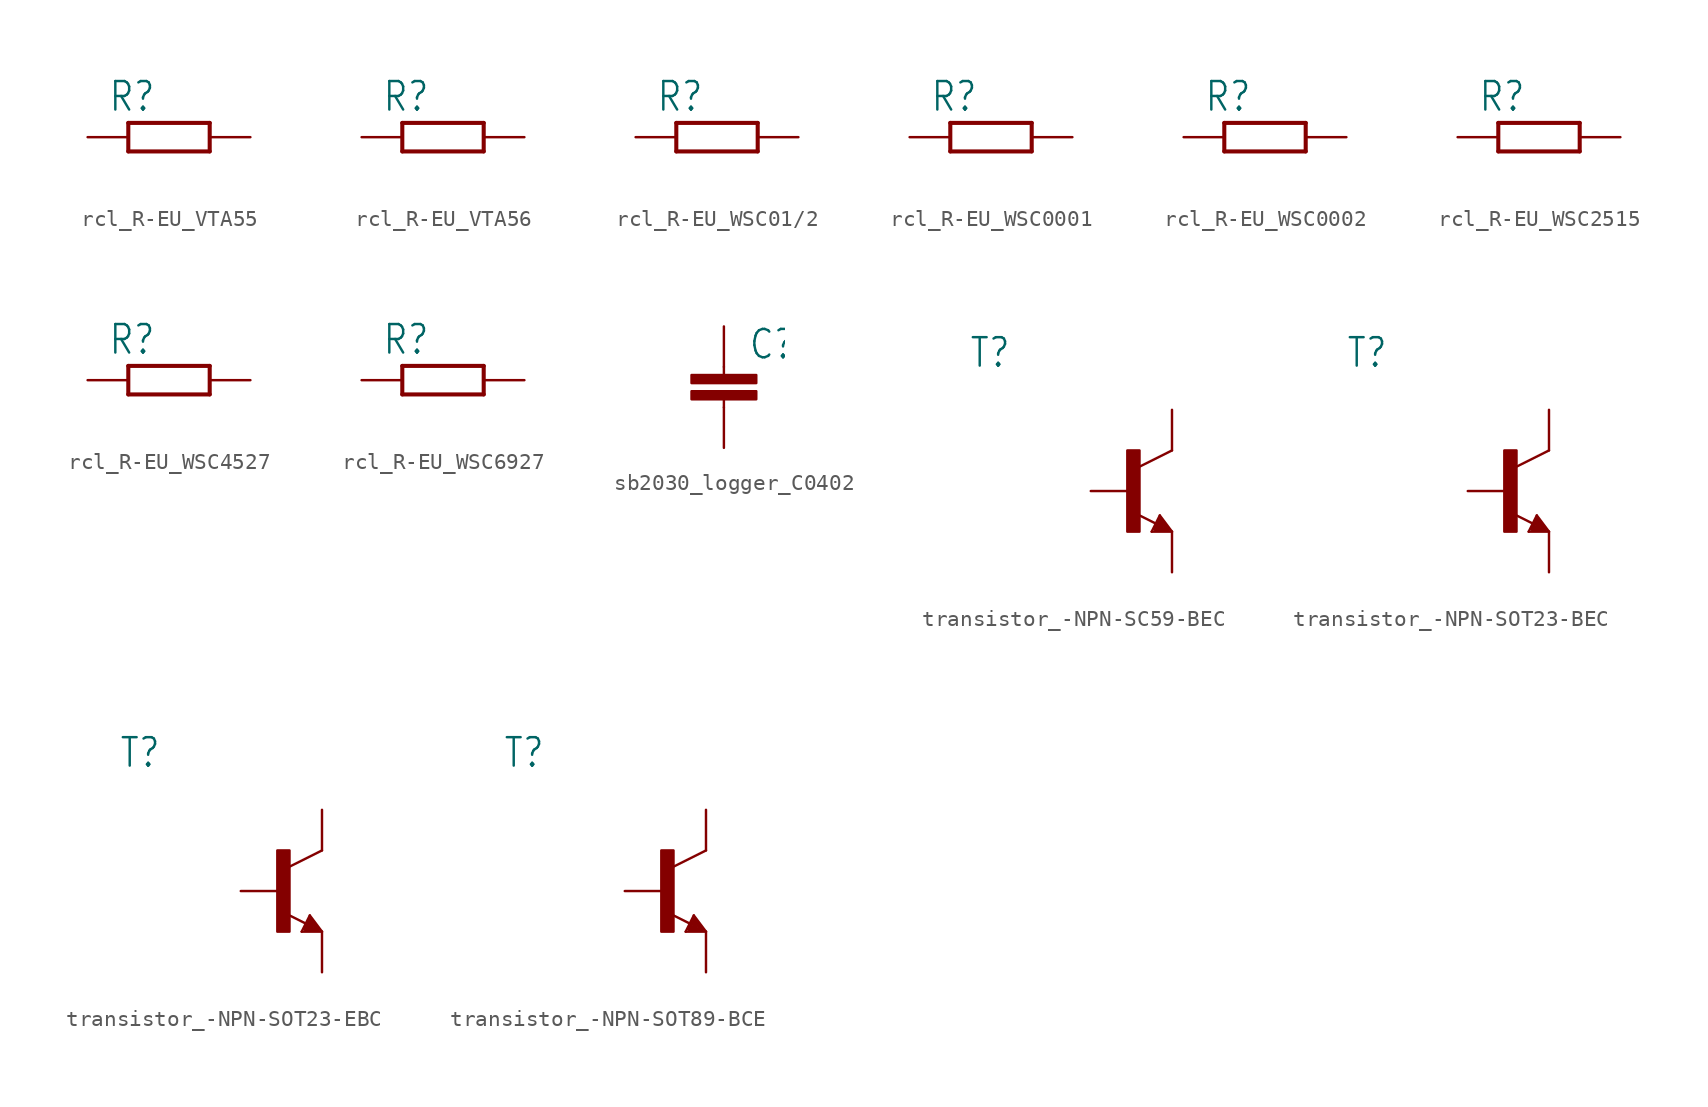
<source format=kicad_sym>
(kicad_symbol_lib
  (version 20241209)
  (generator "kicad_symbol_editor")
  (generator_version "9.0")
  (symbol "rcl_R-EU_VTA55"
    (property "Reference" "R"
      (at -3.81 1.499 0)
      (effects (font (size 1.778 1.511)) (justify left bottom)))
    (property "Value" ""
      (at -3.81 -3.302 0)
      (effects (font (size 1.778 1.511)) (justify left bottom)))
    (property "ki_locked" ""
      (at 0 0 0)
      (effects (font (size 1.27 1.27))))
    (symbol "rcl_R-EU_VTA55_1_0"
      (polyline (pts (xy -2.54 -0.889) (xy -2.54 0.889)) (stroke (width 0.254) (type solid)) (fill (type none)))
      (polyline (pts (xy -2.54 -0.889) (xy 2.54 -0.889)) (stroke (width 0.254) (type solid)) (fill (type none)))
      (polyline (pts (xy 2.54 0.889) (xy -2.54 0.889)) (stroke (width 0.254) (type solid)) (fill (type none)))
      (polyline (pts (xy 2.54 -0.889) (xy 2.54 0.889)) (stroke (width 0.254) (type solid)) (fill (type none)))
      (pin passive line (at -5.08 0 0) (length 2.54) (name "1" (effects (font (size 0 0)))) (number "1" (effects (font (size 0 0)))))
      (pin passive line (at 5.08 0 180) (length 2.54) (name "2" (effects (font (size 0 0)))) (number "2" (effects (font (size 0 0)))))))
  (symbol "rcl_R-EU_VTA56"
    (property "Reference" "R"
      (at -3.81 1.499 0)
      (effects (font (size 1.778 1.511)) (justify left bottom)))
    (property "Value" ""
      (at -3.81 -3.302 0)
      (effects (font (size 1.778 1.511)) (justify left bottom)))
    (property "ki_locked" ""
      (at 0 0 0)
      (effects (font (size 1.27 1.27))))
    (symbol "rcl_R-EU_VTA56_1_0"
      (polyline (pts (xy -2.54 -0.889) (xy -2.54 0.889)) (stroke (width 0.254) (type solid)) (fill (type none)))
      (polyline (pts (xy -2.54 -0.889) (xy 2.54 -0.889)) (stroke (width 0.254) (type solid)) (fill (type none)))
      (polyline (pts (xy 2.54 0.889) (xy -2.54 0.889)) (stroke (width 0.254) (type solid)) (fill (type none)))
      (polyline (pts (xy 2.54 -0.889) (xy 2.54 0.889)) (stroke (width 0.254) (type solid)) (fill (type none)))
      (pin passive line (at -5.08 0 0) (length 2.54) (name "1" (effects (font (size 0 0)))) (number "1" (effects (font (size 0 0)))))
      (pin passive line (at 5.08 0 180) (length 2.54) (name "2" (effects (font (size 0 0)))) (number "2" (effects (font (size 0 0)))))))
  (symbol "rcl_R-EU_WSC01/2"
    (property "Reference" "R"
      (at -3.81 1.499 0)
      (effects (font (size 1.778 1.511)) (justify left bottom)))
    (property "Value" ""
      (at -3.81 -3.302 0)
      (effects (font (size 1.778 1.511)) (justify left bottom)))
    (property "ki_locked" ""
      (at 0 0 0)
      (effects (font (size 1.27 1.27))))
    (symbol "rcl_R-EU_WSC01/2_1_0"
      (polyline (pts (xy -2.54 -0.889) (xy -2.54 0.889)) (stroke (width 0.254) (type solid)) (fill (type none)))
      (polyline (pts (xy -2.54 -0.889) (xy 2.54 -0.889)) (stroke (width 0.254) (type solid)) (fill (type none)))
      (polyline (pts (xy 2.54 0.889) (xy -2.54 0.889)) (stroke (width 0.254) (type solid)) (fill (type none)))
      (polyline (pts (xy 2.54 -0.889) (xy 2.54 0.889)) (stroke (width 0.254) (type solid)) (fill (type none)))
      (pin passive line (at -5.08 0 0) (length 2.54) (name "1" (effects (font (size 0 0)))) (number "1" (effects (font (size 0 0)))))
      (pin passive line (at 5.08 0 180) (length 2.54) (name "2" (effects (font (size 0 0)))) (number "2" (effects (font (size 0 0)))))))
  (symbol "rcl_R-EU_WSC0001"
    (property "Reference" "R"
      (at -3.81 1.499 0)
      (effects (font (size 1.778 1.511)) (justify left bottom)))
    (property "Value" ""
      (at -3.81 -3.302 0)
      (effects (font (size 1.778 1.511)) (justify left bottom)))
    (property "ki_locked" ""
      (at 0 0 0)
      (effects (font (size 1.27 1.27))))
    (symbol "rcl_R-EU_WSC0001_1_0"
      (polyline (pts (xy -2.54 -0.889) (xy -2.54 0.889)) (stroke (width 0.254) (type solid)) (fill (type none)))
      (polyline (pts (xy -2.54 -0.889) (xy 2.54 -0.889)) (stroke (width 0.254) (type solid)) (fill (type none)))
      (polyline (pts (xy 2.54 0.889) (xy -2.54 0.889)) (stroke (width 0.254) (type solid)) (fill (type none)))
      (polyline (pts (xy 2.54 -0.889) (xy 2.54 0.889)) (stroke (width 0.254) (type solid)) (fill (type none)))
      (pin passive line (at -5.08 0 0) (length 2.54) (name "1" (effects (font (size 0 0)))) (number "1" (effects (font (size 0 0)))))
      (pin passive line (at 5.08 0 180) (length 2.54) (name "2" (effects (font (size 0 0)))) (number "2" (effects (font (size 0 0)))))))
  (symbol "rcl_R-EU_WSC0002"
    (property "Reference" "R"
      (at -3.81 1.499 0)
      (effects (font (size 1.778 1.511)) (justify left bottom)))
    (property "Value" ""
      (at -3.81 -3.302 0)
      (effects (font (size 1.778 1.511)) (justify left bottom)))
    (property "ki_locked" ""
      (at 0 0 0)
      (effects (font (size 1.27 1.27))))
    (symbol "rcl_R-EU_WSC0002_1_0"
      (polyline (pts (xy -2.54 -0.889) (xy -2.54 0.889)) (stroke (width 0.254) (type solid)) (fill (type none)))
      (polyline (pts (xy -2.54 -0.889) (xy 2.54 -0.889)) (stroke (width 0.254) (type solid)) (fill (type none)))
      (polyline (pts (xy 2.54 0.889) (xy -2.54 0.889)) (stroke (width 0.254) (type solid)) (fill (type none)))
      (polyline (pts (xy 2.54 -0.889) (xy 2.54 0.889)) (stroke (width 0.254) (type solid)) (fill (type none)))
      (pin passive line (at -5.08 0 0) (length 2.54) (name "1" (effects (font (size 0 0)))) (number "1" (effects (font (size 0 0)))))
      (pin passive line (at 5.08 0 180) (length 2.54) (name "2" (effects (font (size 0 0)))) (number "2" (effects (font (size 0 0)))))))
  (symbol "rcl_R-EU_WSC2515"
    (property "Reference" "R"
      (at -3.81 1.499 0)
      (effects (font (size 1.778 1.511)) (justify left bottom)))
    (property "Value" ""
      (at -3.81 -3.302 0)
      (effects (font (size 1.778 1.511)) (justify left bottom)))
    (property "ki_locked" ""
      (at 0 0 0)
      (effects (font (size 1.27 1.27))))
    (symbol "rcl_R-EU_WSC2515_1_0"
      (polyline (pts (xy -2.54 -0.889) (xy -2.54 0.889)) (stroke (width 0.254) (type solid)) (fill (type none)))
      (polyline (pts (xy -2.54 -0.889) (xy 2.54 -0.889)) (stroke (width 0.254) (type solid)) (fill (type none)))
      (polyline (pts (xy 2.54 0.889) (xy -2.54 0.889)) (stroke (width 0.254) (type solid)) (fill (type none)))
      (polyline (pts (xy 2.54 -0.889) (xy 2.54 0.889)) (stroke (width 0.254) (type solid)) (fill (type none)))
      (pin passive line (at -5.08 0 0) (length 2.54) (name "1" (effects (font (size 0 0)))) (number "1" (effects (font (size 0 0)))))
      (pin passive line (at 5.08 0 180) (length 2.54) (name "2" (effects (font (size 0 0)))) (number "2" (effects (font (size 0 0)))))))
  (symbol "rcl_R-EU_WSC4527"
    (property "Reference" "R"
      (at -3.81 1.499 0)
      (effects (font (size 1.778 1.511)) (justify left bottom)))
    (property "Value" ""
      (at -3.81 -3.302 0)
      (effects (font (size 1.778 1.511)) (justify left bottom)))
    (property "ki_locked" ""
      (at 0 0 0)
      (effects (font (size 1.27 1.27))))
    (symbol "rcl_R-EU_WSC4527_1_0"
      (polyline (pts (xy -2.54 -0.889) (xy -2.54 0.889)) (stroke (width 0.254) (type solid)) (fill (type none)))
      (polyline (pts (xy -2.54 -0.889) (xy 2.54 -0.889)) (stroke (width 0.254) (type solid)) (fill (type none)))
      (polyline (pts (xy 2.54 0.889) (xy -2.54 0.889)) (stroke (width 0.254) (type solid)) (fill (type none)))
      (polyline (pts (xy 2.54 -0.889) (xy 2.54 0.889)) (stroke (width 0.254) (type solid)) (fill (type none)))
      (pin passive line (at -5.08 0 0) (length 2.54) (name "1" (effects (font (size 0 0)))) (number "1" (effects (font (size 0 0)))))
      (pin passive line (at 5.08 0 180) (length 2.54) (name "2" (effects (font (size 0 0)))) (number "2" (effects (font (size 0 0)))))))
  (symbol "rcl_R-EU_WSC6927"
    (property "Reference" "R"
      (at -3.81 1.499 0)
      (effects (font (size 1.778 1.511)) (justify left bottom)))
    (property "Value" ""
      (at -3.81 -3.302 0)
      (effects (font (size 1.778 1.511)) (justify left bottom)))
    (property "ki_locked" ""
      (at 0 0 0)
      (effects (font (size 1.27 1.27))))
    (symbol "rcl_R-EU_WSC6927_1_0"
      (polyline (pts (xy -2.54 -0.889) (xy -2.54 0.889)) (stroke (width 0.254) (type solid)) (fill (type none)))
      (polyline (pts (xy -2.54 -0.889) (xy 2.54 -0.889)) (stroke (width 0.254) (type solid)) (fill (type none)))
      (polyline (pts (xy 2.54 0.889) (xy -2.54 0.889)) (stroke (width 0.254) (type solid)) (fill (type none)))
      (polyline (pts (xy 2.54 -0.889) (xy 2.54 0.889)) (stroke (width 0.254) (type solid)) (fill (type none)))
      (pin passive line (at -5.08 0 0) (length 2.54) (name "1" (effects (font (size 0 0)))) (number "1" (effects (font (size 0 0)))))
      (pin passive line (at 5.08 0 180) (length 2.54) (name "2" (effects (font (size 0 0)))) (number "2" (effects (font (size 0 0)))))))
  (symbol "sb2030_logger_C0402"
    (property "Reference" "C"
      (at 1.524 0.381 0)
      (effects (font (size 1.778 1.511)) (justify left bottom)))
    (property "Value" ""
      (at 1.524 -4.699 0)
      (effects (font (size 1.778 1.511)) (justify left bottom)))
    (symbol "sb2030_logger_C0402_1_0"
      (rectangle (start -2.032 -1.016) (end 2.032 -0.508) (stroke (width 0) (type default)) (fill (type outline)))
      (rectangle (start -2.032 -2.032) (end 2.032 -1.524) (stroke (width 0) (type default)) (fill (type outline)))
      (polyline (pts (xy 0 0) (xy 0 -0.508)) (stroke (width 0.152) (type solid)) (fill (type none)))
      (polyline (pts (xy 0 -2.54) (xy 0 -2.032)) (stroke (width 0.152) (type solid)) (fill (type none)))
      (pin passive line (at 0 2.54 270) (length 2.54) (name "1" (effects (font (size 0 0)))) (number "P$1" (effects (font (size 0 0)))))
      (pin passive line (at 0 -5.08 90) (length 2.54) (name "2" (effects (font (size 0 0)))) (number "P$2" (effects (font (size 0 0)))))))
  (symbol "transistor_-NPN-SC59-BEC"
    (property "Reference" "T"
      (at -10.16 7.62 0)
      (effects (font (size 1.778 1.511)) (justify left bottom)))
    (property "Value" ""
      (at -10.16 5.08 0)
      (effects (font (size 1.778 1.511)) (justify left bottom)))
    (property "ki_locked" ""
      (at 0 0 0)
      (effects (font (size 1.27 1.27))))
    (symbol "transistor_-NPN-SC59-BEC_1_0"
      (rectangle (start -0.254 -2.54) (end 0.508 2.54) (stroke (width 0) (type default)) (fill (type outline)))
      (polyline (pts (xy 1.27 -2.54) (xy 1.778 -1.524)) (stroke (width 0.152) (type solid)) (fill (type none)))
      (polyline (pts (xy 1.524 -2.286) (xy 1.905 -2.286)) (stroke (width 0.254) (type solid)) (fill (type none)))
      (polyline (pts (xy 1.524 -2.413) (xy 2.286 -2.413)) (stroke (width 0.254) (type solid)) (fill (type none)))
      (polyline (pts (xy 1.54 -2.04) (xy 0.308 -1.424)) (stroke (width 0.152) (type solid)) (fill (type none)))
      (polyline (pts (xy 1.778 -1.524) (xy 2.54 -2.54)) (stroke (width 0.152) (type solid)) (fill (type none)))
      (polyline (pts (xy 1.778 -1.778) (xy 1.524 -2.286)) (stroke (width 0.254) (type solid)) (fill (type none)))
      (polyline (pts (xy 1.905 -2.286) (xy 1.778 -2.032)) (stroke (width 0.254) (type solid)) (fill (type none)))
      (polyline (pts (xy 2.286 -2.413) (xy 1.778 -1.778)) (stroke (width 0.254) (type solid)) (fill (type none)))
      (polyline (pts (xy 2.54 2.54) (xy 0.508 1.524)) (stroke (width 0.152) (type solid)) (fill (type none)))
      (polyline (pts (xy 2.54 -2.54) (xy 1.27 -2.54)) (stroke (width 0.152) (type solid)) (fill (type none)))
      (pin passive line (at -2.54 0 0) (length 2.54) (name "B" (effects (font (size 0 0)))) (number "B" (effects (font (size 0 0)))))
      (pin passive line (at 2.54 5.08 270) (length 2.54) (name "C" (effects (font (size 0 0)))) (number "C" (effects (font (size 0 0)))))
      (pin passive line (at 2.54 -5.08 90) (length 2.54) (name "E" (effects (font (size 0 0)))) (number "E" (effects (font (size 0 0)))))))
  (symbol "transistor_-NPN-SOT23-BEC"
    (property "Reference" "T"
      (at -10.16 7.62 0)
      (effects (font (size 1.778 1.511)) (justify left bottom)))
    (property "Value" ""
      (at -10.16 5.08 0)
      (effects (font (size 1.778 1.511)) (justify left bottom)))
    (property "ki_locked" ""
      (at 0 0 0)
      (effects (font (size 1.27 1.27))))
    (symbol "transistor_-NPN-SOT23-BEC_1_0"
      (rectangle (start -0.254 -2.54) (end 0.508 2.54) (stroke (width 0) (type default)) (fill (type outline)))
      (polyline (pts (xy 1.27 -2.54) (xy 1.778 -1.524)) (stroke (width 0.152) (type solid)) (fill (type none)))
      (polyline (pts (xy 1.524 -2.286) (xy 1.905 -2.286)) (stroke (width 0.254) (type solid)) (fill (type none)))
      (polyline (pts (xy 1.524 -2.413) (xy 2.286 -2.413)) (stroke (width 0.254) (type solid)) (fill (type none)))
      (polyline (pts (xy 1.54 -2.04) (xy 0.308 -1.424)) (stroke (width 0.152) (type solid)) (fill (type none)))
      (polyline (pts (xy 1.778 -1.524) (xy 2.54 -2.54)) (stroke (width 0.152) (type solid)) (fill (type none)))
      (polyline (pts (xy 1.778 -1.778) (xy 1.524 -2.286)) (stroke (width 0.254) (type solid)) (fill (type none)))
      (polyline (pts (xy 1.905 -2.286) (xy 1.778 -2.032)) (stroke (width 0.254) (type solid)) (fill (type none)))
      (polyline (pts (xy 2.286 -2.413) (xy 1.778 -1.778)) (stroke (width 0.254) (type solid)) (fill (type none)))
      (polyline (pts (xy 2.54 2.54) (xy 0.508 1.524)) (stroke (width 0.152) (type solid)) (fill (type none)))
      (polyline (pts (xy 2.54 -2.54) (xy 1.27 -2.54)) (stroke (width 0.152) (type solid)) (fill (type none)))
      (pin passive line (at -2.54 0 0) (length 2.54) (name "B" (effects (font (size 0 0)))) (number "B" (effects (font (size 0 0)))))
      (pin passive line (at 2.54 5.08 270) (length 2.54) (name "C" (effects (font (size 0 0)))) (number "C" (effects (font (size 0 0)))))
      (pin passive line (at 2.54 -5.08 90) (length 2.54) (name "E" (effects (font (size 0 0)))) (number "E" (effects (font (size 0 0)))))))
  (symbol "transistor_-NPN-SOT23-EBC"
    (property "Reference" "T"
      (at -10.16 7.62 0)
      (effects (font (size 1.778 1.511)) (justify left bottom)))
    (property "Value" ""
      (at -10.16 5.08 0)
      (effects (font (size 1.778 1.511)) (justify left bottom)))
    (property "ki_locked" ""
      (at 0 0 0)
      (effects (font (size 1.27 1.27))))
    (symbol "transistor_-NPN-SOT23-EBC_1_0"
      (rectangle (start -0.254 -2.54) (end 0.508 2.54) (stroke (width 0) (type default)) (fill (type outline)))
      (polyline (pts (xy 1.27 -2.54) (xy 1.778 -1.524)) (stroke (width 0.152) (type solid)) (fill (type none)))
      (polyline (pts (xy 1.524 -2.286) (xy 1.905 -2.286)) (stroke (width 0.254) (type solid)) (fill (type none)))
      (polyline (pts (xy 1.524 -2.413) (xy 2.286 -2.413)) (stroke (width 0.254) (type solid)) (fill (type none)))
      (polyline (pts (xy 1.54 -2.04) (xy 0.308 -1.424)) (stroke (width 0.152) (type solid)) (fill (type none)))
      (polyline (pts (xy 1.778 -1.524) (xy 2.54 -2.54)) (stroke (width 0.152) (type solid)) (fill (type none)))
      (polyline (pts (xy 1.778 -1.778) (xy 1.524 -2.286)) (stroke (width 0.254) (type solid)) (fill (type none)))
      (polyline (pts (xy 1.905 -2.286) (xy 1.778 -2.032)) (stroke (width 0.254) (type solid)) (fill (type none)))
      (polyline (pts (xy 2.286 -2.413) (xy 1.778 -1.778)) (stroke (width 0.254) (type solid)) (fill (type none)))
      (polyline (pts (xy 2.54 2.54) (xy 0.508 1.524)) (stroke (width 0.152) (type solid)) (fill (type none)))
      (polyline (pts (xy 2.54 -2.54) (xy 1.27 -2.54)) (stroke (width 0.152) (type solid)) (fill (type none)))
      (pin passive line (at -2.54 0 0) (length 2.54) (name "B" (effects (font (size 0 0)))) (number "B" (effects (font (size 0 0)))))
      (pin passive line (at 2.54 5.08 270) (length 2.54) (name "C" (effects (font (size 0 0)))) (number "C" (effects (font (size 0 0)))))
      (pin passive line (at 2.54 -5.08 90) (length 2.54) (name "E" (effects (font (size 0 0)))) (number "E" (effects (font (size 0 0)))))))
  (symbol "transistor_-NPN-SOT89-BCE"
    (property "Reference" "T"
      (at -10.16 7.62 0)
      (effects (font (size 1.778 1.511)) (justify left bottom)))
    (property "Value" ""
      (at -10.16 5.08 0)
      (effects (font (size 1.778 1.511)) (justify left bottom)))
    (property "ki_locked" ""
      (at 0 0 0)
      (effects (font (size 1.27 1.27))))
    (symbol "transistor_-NPN-SOT89-BCE_1_0"
      (rectangle (start -0.254 -2.54) (end 0.508 2.54) (stroke (width 0) (type default)) (fill (type outline)))
      (polyline (pts (xy 1.27 -2.54) (xy 1.778 -1.524)) (stroke (width 0.152) (type solid)) (fill (type none)))
      (polyline (pts (xy 1.524 -2.286) (xy 1.905 -2.286)) (stroke (width 0.254) (type solid)) (fill (type none)))
      (polyline (pts (xy 1.524 -2.413) (xy 2.286 -2.413)) (stroke (width 0.254) (type solid)) (fill (type none)))
      (polyline (pts (xy 1.54 -2.04) (xy 0.308 -1.424)) (stroke (width 0.152) (type solid)) (fill (type none)))
      (polyline (pts (xy 1.778 -1.524) (xy 2.54 -2.54)) (stroke (width 0.152) (type solid)) (fill (type none)))
      (polyline (pts (xy 1.778 -1.778) (xy 1.524 -2.286)) (stroke (width 0.254) (type solid)) (fill (type none)))
      (polyline (pts (xy 1.905 -2.286) (xy 1.778 -2.032)) (stroke (width 0.254) (type solid)) (fill (type none)))
      (polyline (pts (xy 2.286 -2.413) (xy 1.778 -1.778)) (stroke (width 0.254) (type solid)) (fill (type none)))
      (polyline (pts (xy 2.54 2.54) (xy 0.508 1.524)) (stroke (width 0.152) (type solid)) (fill (type none)))
      (polyline (pts (xy 2.54 -2.54) (xy 1.27 -2.54)) (stroke (width 0.152) (type solid)) (fill (type none)))
      (pin passive line (at -2.54 0 0) (length 2.54) (name "B" (effects (font (size 0 0)))) (number "B" (effects (font (size 0 0)))))
      (pin passive line (at 2.54 5.08 270) (length 2.54) (name "C" (effects (font (size 0 0)))) (number "C" (effects (font (size 0 0)))))
      (pin passive line (at 2.54 -5.08 90) (length 2.54) (name "E" (effects (font (size 0 0)))) (number "E" (effects (font (size 0 0))))))))
</source>
